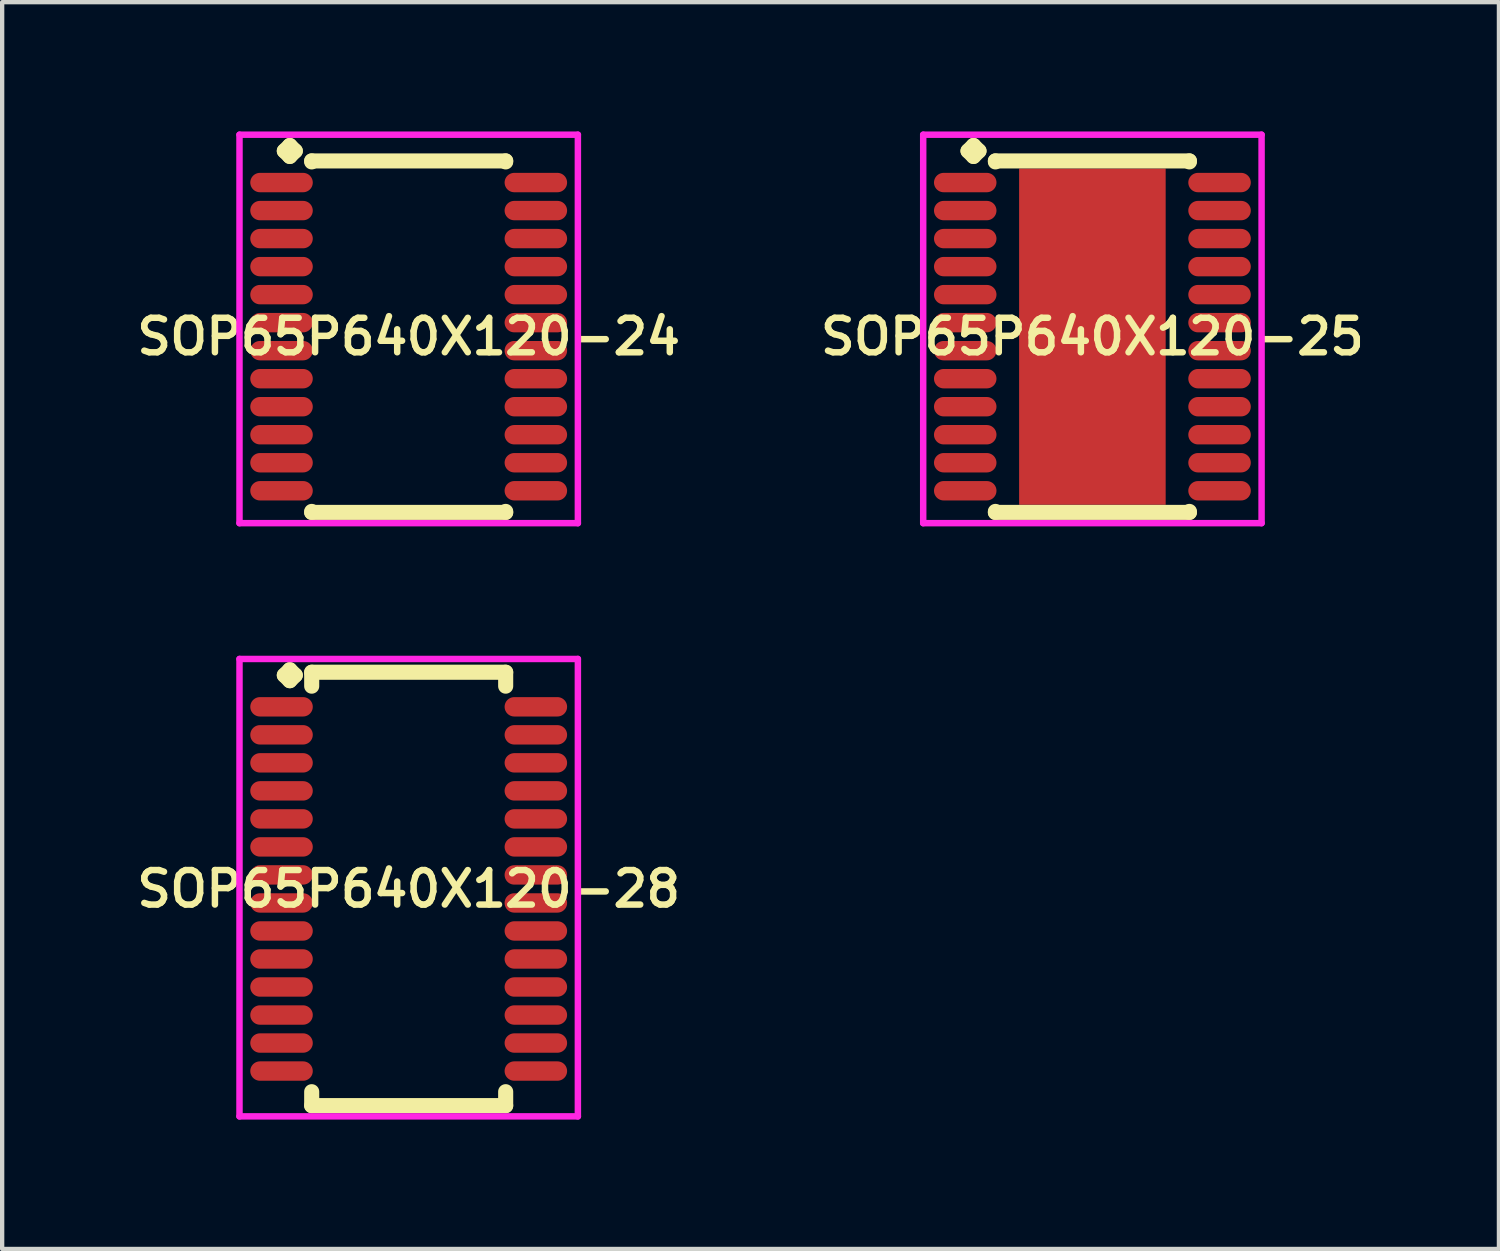
<source format=kicad_pcb>
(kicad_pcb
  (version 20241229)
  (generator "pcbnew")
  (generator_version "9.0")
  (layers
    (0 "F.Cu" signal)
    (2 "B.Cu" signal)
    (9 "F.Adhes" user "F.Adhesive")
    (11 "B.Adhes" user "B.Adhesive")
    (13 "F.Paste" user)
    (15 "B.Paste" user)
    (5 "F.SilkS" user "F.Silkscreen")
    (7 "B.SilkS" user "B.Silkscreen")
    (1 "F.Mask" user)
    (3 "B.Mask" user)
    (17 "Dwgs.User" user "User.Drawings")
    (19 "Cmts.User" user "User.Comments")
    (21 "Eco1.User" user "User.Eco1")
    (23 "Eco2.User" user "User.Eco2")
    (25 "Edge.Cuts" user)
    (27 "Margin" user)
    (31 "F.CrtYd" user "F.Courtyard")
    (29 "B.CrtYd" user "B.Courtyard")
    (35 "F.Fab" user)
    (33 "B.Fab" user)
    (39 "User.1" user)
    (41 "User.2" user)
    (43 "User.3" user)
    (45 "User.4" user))
  (footprint "SOP65P640X120-28"
    (layer "F.Cu")
    (at 6.431 17.572)
    (property "Reference" "SOP65P640X120-28" (at 0 0 0) (layer "F.SilkS") (effects (font (size 0.8 0.8) (thickness 0.15))))
    (attr smd)
    (fp_line (start -2.885 -4.958) (end -2.758 -5.085) (stroke (width 0.35) (type solid)) (layer "F.SilkS"))
    (fp_line (start -2.758 -5.085) (end -2.631 -4.958) (stroke (width 0.35) (type solid)) (layer "F.SilkS"))
    (fp_line (start -2.758 -4.831) (end -2.885 -4.958) (stroke (width 0.35) (type solid)) (layer "F.SilkS"))
    (fp_line (start -2.631 -4.958) (end -2.758 -4.831) (stroke (width 0.35) (type solid)) (layer "F.SilkS"))
    (fp_line (start -2.25 -5.027) (end 2.25 -5.027) (stroke (width 0.35) (type solid)) (layer "F.SilkS"))
    (fp_line (start -2.25 -4.704) (end -2.25 -5.027) (stroke (width 0.35) (type solid)) (layer "F.SilkS"))
    (fp_line (start -2.25 4.704) (end -2.25 5.027) (stroke (width 0.35) (type solid)) (layer "F.SilkS"))
    (fp_line (start -2.25 5.027) (end 2.25 5.027) (stroke (width 0.35) (type solid)) (layer "F.SilkS"))
    (fp_line (start 2.25 -5.027) (end 2.25 -4.704) (stroke (width 0.35) (type solid)) (layer "F.SilkS"))
    (fp_line (start 2.25 5.027) (end 2.25 4.704) (stroke (width 0.35) (type solid)) (layer "F.SilkS"))
    (fp_line (start -3.925 -5.335) (end 3.925 -5.335) (stroke (width 0.15) (type solid)) (layer "F.CrtYd"))
    (fp_line (start -3.925 5.277) (end -3.925 -5.335) (stroke (width 0.15) (type solid)) (layer "F.CrtYd"))
    (fp_line (start 3.925 -5.335) (end 3.925 5.277) (stroke (width 0.15) (type solid)) (layer "F.CrtYd"))
    (fp_line (start 3.925 5.277) (end -3.925 5.277) (stroke (width 0.15) (type solid)) (layer "F.CrtYd"))
    (pad "1" smd oval (at -2.95 -4.225) (size 1.45 0.45) (layers "F.Cu" "F.Mask" "F.Paste"))
    (pad "2" smd oval (at -2.95 -3.575) (size 1.45 0.45) (layers "F.Cu" "F.Mask" "F.Paste"))
    (pad "3" smd oval (at -2.95 -2.925) (size 1.45 0.45) (layers "F.Cu" "F.Mask" "F.Paste"))
    (pad "4" smd oval (at -2.95 -2.275) (size 1.45 0.45) (layers "F.Cu" "F.Mask" "F.Paste"))
    (pad "5" smd oval (at -2.95 -1.625) (size 1.45 0.45) (layers "F.Cu" "F.Mask" "F.Paste"))
    (pad "6" smd oval (at -2.95 -0.975) (size 1.45 0.45) (layers "F.Cu" "F.Mask" "F.Paste"))
    (pad "7" smd oval (at -2.95 -0.325) (size 1.45 0.45) (layers "F.Cu" "F.Mask" "F.Paste"))
    (pad "8" smd oval (at -2.95 0.325) (size 1.45 0.45) (layers "F.Cu" "F.Mask" "F.Paste"))
    (pad "9" smd oval (at -2.95 0.975) (size 1.45 0.45) (layers "F.Cu" "F.Mask" "F.Paste"))
    (pad "10" smd oval (at -2.95 1.625) (size 1.45 0.45) (layers "F.Cu" "F.Mask" "F.Paste"))
    (pad "11" smd oval (at -2.95 2.275) (size 1.45 0.45) (layers "F.Cu" "F.Mask" "F.Paste"))
    (pad "12" smd oval (at -2.95 2.925) (size 1.45 0.45) (layers "F.Cu" "F.Mask" "F.Paste"))
    (pad "13" smd oval (at -2.95 3.575) (size 1.45 0.45) (layers "F.Cu" "F.Mask" "F.Paste"))
    (pad "14" smd oval (at -2.95 4.225) (size 1.45 0.45) (layers "F.Cu" "F.Mask" "F.Paste"))
    (pad "15" smd oval (at 2.95 4.225) (size 1.45 0.45) (layers "F.Cu" "F.Mask" "F.Paste"))
    (pad "16" smd oval (at 2.95 3.575) (size 1.45 0.45) (layers "F.Cu" "F.Mask" "F.Paste"))
    (pad "17" smd oval (at 2.95 2.925) (size 1.45 0.45) (layers "F.Cu" "F.Mask" "F.Paste"))
    (pad "18" smd oval (at 2.95 2.275) (size 1.45 0.45) (layers "F.Cu" "F.Mask" "F.Paste"))
    (pad "19" smd oval (at 2.95 1.625) (size 1.45 0.45) (layers "F.Cu" "F.Mask" "F.Paste"))
    (pad "20" smd oval (at 2.95 0.975) (size 1.45 0.45) (layers "F.Cu" "F.Mask" "F.Paste"))
    (pad "21" smd oval (at 2.95 0.325) (size 1.45 0.45) (layers "F.Cu" "F.Mask" "F.Paste"))
    (pad "22" smd oval (at 2.95 -0.325) (size 1.45 0.45) (layers "F.Cu" "F.Mask" "F.Paste"))
    (pad "23" smd oval (at 2.95 -0.975) (size 1.45 0.45) (layers "F.Cu" "F.Mask" "F.Paste"))
    (pad "24" smd oval (at 2.95 -1.625) (size 1.45 0.45) (layers "F.Cu" "F.Mask" "F.Paste"))
    (pad "25" smd oval (at 2.95 -2.275) (size 1.45 0.45) (layers "F.Cu" "F.Mask" "F.Paste"))
    (pad "26" smd oval (at 2.95 -2.925) (size 1.45 0.45) (layers "F.Cu" "F.Mask" "F.Paste"))
    (pad "27" smd oval (at 2.95 -3.575) (size 1.45 0.45) (layers "F.Cu" "F.Mask" "F.Paste"))
    (pad "28" smd oval (at 2.95 -4.225) (size 1.45 0.45) (layers "F.Cu" "F.Mask" "F.Paste")))
  (footprint "SOP65P640X120-24"
    (layer "F.Cu")
    (at 6.431 4.76)
    (property "Reference" "SOP65P640X120-24" (at 0 0 0) (layer "F.SilkS") (effects (font (size 0.8 0.8) (thickness 0.15))))
    (attr smd)
    (fp_line (start -2.885 -4.308) (end -2.758 -4.435) (stroke (width 0.35) (type solid)) (layer "F.SilkS"))
    (fp_line (start -2.758 -4.435) (end -2.631 -4.308) (stroke (width 0.35) (type solid)) (layer "F.SilkS"))
    (fp_line (start -2.758 -4.181) (end -2.885 -4.308) (stroke (width 0.35) (type solid)) (layer "F.SilkS"))
    (fp_line (start -2.631 -4.308) (end -2.758 -4.181) (stroke (width 0.35) (type solid)) (layer "F.SilkS"))
    (fp_line (start -2.25 -4.077) (end 2.25 -4.077) (stroke (width 0.35) (type solid)) (layer "F.SilkS"))
    (fp_line (start -2.25 -4.054) (end -2.25 -4.077) (stroke (width 0.35) (type solid)) (layer "F.SilkS"))
    (fp_line (start -2.25 4.054) (end -2.25 4.077) (stroke (width 0.35) (type solid)) (layer "F.SilkS"))
    (fp_line (start -2.25 4.077) (end 2.25 4.077) (stroke (width 0.35) (type solid)) (layer "F.SilkS"))
    (fp_line (start 2.25 -4.077) (end 2.25 -4.054) (stroke (width 0.35) (type solid)) (layer "F.SilkS"))
    (fp_line (start 2.25 4.077) (end 2.25 4.054) (stroke (width 0.35) (type solid)) (layer "F.SilkS"))
    (fp_line (start -3.925 -4.685) (end 3.925 -4.685) (stroke (width 0.15) (type solid)) (layer "F.CrtYd"))
    (fp_line (start -3.925 4.327) (end -3.925 -4.685) (stroke (width 0.15) (type solid)) (layer "F.CrtYd"))
    (fp_line (start 3.925 -4.685) (end 3.925 4.327) (stroke (width 0.15) (type solid)) (layer "F.CrtYd"))
    (fp_line (start 3.925 4.327) (end -3.925 4.327) (stroke (width 0.15) (type solid)) (layer "F.CrtYd"))
    (pad "1" smd oval (at -2.95 -3.575) (size 1.45 0.45) (layers "F.Cu" "F.Mask" "F.Paste"))
    (pad "2" smd oval (at -2.95 -2.925) (size 1.45 0.45) (layers "F.Cu" "F.Mask" "F.Paste"))
    (pad "3" smd oval (at -2.95 -2.275) (size 1.45 0.45) (layers "F.Cu" "F.Mask" "F.Paste"))
    (pad "4" smd oval (at -2.95 -1.625) (size 1.45 0.45) (layers "F.Cu" "F.Mask" "F.Paste"))
    (pad "5" smd oval (at -2.95 -0.975) (size 1.45 0.45) (layers "F.Cu" "F.Mask" "F.Paste"))
    (pad "6" smd oval (at -2.95 -0.325) (size 1.45 0.45) (layers "F.Cu" "F.Mask" "F.Paste"))
    (pad "7" smd oval (at -2.95 0.325) (size 1.45 0.45) (layers "F.Cu" "F.Mask" "F.Paste"))
    (pad "8" smd oval (at -2.95 0.975) (size 1.45 0.45) (layers "F.Cu" "F.Mask" "F.Paste"))
    (pad "9" smd oval (at -2.95 1.625) (size 1.45 0.45) (layers "F.Cu" "F.Mask" "F.Paste"))
    (pad "10" smd oval (at -2.95 2.275) (size 1.45 0.45) (layers "F.Cu" "F.Mask" "F.Paste"))
    (pad "11" smd oval (at -2.95 2.925) (size 1.45 0.45) (layers "F.Cu" "F.Mask" "F.Paste"))
    (pad "12" smd oval (at -2.95 3.575) (size 1.45 0.45) (layers "F.Cu" "F.Mask" "F.Paste"))
    (pad "13" smd oval (at 2.95 3.575) (size 1.45 0.45) (layers "F.Cu" "F.Mask" "F.Paste"))
    (pad "14" smd oval (at 2.95 2.925) (size 1.45 0.45) (layers "F.Cu" "F.Mask" "F.Paste"))
    (pad "15" smd oval (at 2.95 2.275) (size 1.45 0.45) (layers "F.Cu" "F.Mask" "F.Paste"))
    (pad "16" smd oval (at 2.95 1.625) (size 1.45 0.45) (layers "F.Cu" "F.Mask" "F.Paste"))
    (pad "17" smd oval (at 2.95 0.975) (size 1.45 0.45) (layers "F.Cu" "F.Mask" "F.Paste"))
    (pad "18" smd oval (at 2.95 0.325) (size 1.45 0.45) (layers "F.Cu" "F.Mask" "F.Paste"))
    (pad "19" smd oval (at 2.95 -0.325) (size 1.45 0.45) (layers "F.Cu" "F.Mask" "F.Paste"))
    (pad "20" smd oval (at 2.95 -0.975) (size 1.45 0.45) (layers "F.Cu" "F.Mask" "F.Paste"))
    (pad "21" smd oval (at 2.95 -1.625) (size 1.45 0.45) (layers "F.Cu" "F.Mask" "F.Paste"))
    (pad "22" smd oval (at 2.95 -2.275) (size 1.45 0.45) (layers "F.Cu" "F.Mask" "F.Paste"))
    (pad "23" smd oval (at 2.95 -2.925) (size 1.45 0.45) (layers "F.Cu" "F.Mask" "F.Paste"))
    (pad "24" smd oval (at 2.95 -3.575) (size 1.45 0.45) (layers "F.Cu" "F.Mask" "F.Paste")))
  (footprint "SOP65P640X120-25"
    (layer "F.Cu")
    (at 22.292 4.76)
    (property "Reference" "SOP65P640X120-25" (at 0 0 0) (layer "F.SilkS") (effects (font (size 0.8 0.8) (thickness 0.15))))
    (attr smd)
    (fp_line (start -2.885 -4.308) (end -2.758 -4.435) (stroke (width 0.35) (type solid)) (layer "F.SilkS"))
    (fp_line (start -2.758 -4.435) (end -2.631 -4.308) (stroke (width 0.35) (type solid)) (layer "F.SilkS"))
    (fp_line (start -2.758 -4.181) (end -2.885 -4.308) (stroke (width 0.35) (type solid)) (layer "F.SilkS"))
    (fp_line (start -2.631 -4.308) (end -2.758 -4.181) (stroke (width 0.35) (type solid)) (layer "F.SilkS"))
    (fp_line (start -2.25 -4.077) (end 2.25 -4.077) (stroke (width 0.35) (type solid)) (layer "F.SilkS"))
    (fp_line (start -2.25 -4.054) (end -2.25 -4.077) (stroke (width 0.35) (type solid)) (layer "F.SilkS"))
    (fp_line (start -2.25 4.054) (end -2.25 4.077) (stroke (width 0.35) (type solid)) (layer "F.SilkS"))
    (fp_line (start -2.25 4.077) (end 2.25 4.077) (stroke (width 0.35) (type solid)) (layer "F.SilkS"))
    (fp_line (start 2.25 -4.077) (end 2.25 -4.054) (stroke (width 0.35) (type solid)) (layer "F.SilkS"))
    (fp_line (start 2.25 4.077) (end 2.25 4.054) (stroke (width 0.35) (type solid)) (layer "F.SilkS"))
    (fp_line (start -3.925 -4.685) (end 3.925 -4.685) (stroke (width 0.15) (type solid)) (layer "F.CrtYd"))
    (fp_line (start -3.925 4.327) (end -3.925 -4.685) (stroke (width 0.15) (type solid)) (layer "F.CrtYd"))
    (fp_line (start 3.925 -4.685) (end 3.925 4.327) (stroke (width 0.15) (type solid)) (layer "F.CrtYd"))
    (fp_line (start 3.925 4.327) (end -3.925 4.327) (stroke (width 0.15) (type solid)) (layer "F.CrtYd"))
    (pad "1" smd oval (at -2.95 -3.575) (size 1.45 0.45) (layers "F.Cu" "F.Mask" "F.Paste"))
    (pad "2" smd oval (at -2.95 -2.925) (size 1.45 0.45) (layers "F.Cu" "F.Mask" "F.Paste"))
    (pad "3" smd oval (at -2.95 -2.275) (size 1.45 0.45) (layers "F.Cu" "F.Mask" "F.Paste"))
    (pad "4" smd oval (at -2.95 -1.625) (size 1.45 0.45) (layers "F.Cu" "F.Mask" "F.Paste"))
    (pad "5" smd oval (at -2.95 -0.975) (size 1.45 0.45) (layers "F.Cu" "F.Mask" "F.Paste"))
    (pad "6" smd oval (at -2.95 -0.325) (size 1.45 0.45) (layers "F.Cu" "F.Mask" "F.Paste"))
    (pad "7" smd oval (at -2.95 0.325) (size 1.45 0.45) (layers "F.Cu" "F.Mask" "F.Paste"))
    (pad "8" smd oval (at -2.95 0.975) (size 1.45 0.45) (layers "F.Cu" "F.Mask" "F.Paste"))
    (pad "9" smd oval (at -2.95 1.625) (size 1.45 0.45) (layers "F.Cu" "F.Mask" "F.Paste"))
    (pad "10" smd oval (at -2.95 2.275) (size 1.45 0.45) (layers "F.Cu" "F.Mask" "F.Paste"))
    (pad "11" smd oval (at -2.95 2.925) (size 1.45 0.45) (layers "F.Cu" "F.Mask" "F.Paste"))
    (pad "12" smd oval (at -2.95 3.575) (size 1.45 0.45) (layers "F.Cu" "F.Mask" "F.Paste"))
    (pad "13" smd oval (at 2.95 3.575) (size 1.45 0.45) (layers "F.Cu" "F.Mask" "F.Paste"))
    (pad "14" smd oval (at 2.95 2.925) (size 1.45 0.45) (layers "F.Cu" "F.Mask" "F.Paste"))
    (pad "15" smd oval (at 2.95 2.275) (size 1.45 0.45) (layers "F.Cu" "F.Mask" "F.Paste"))
    (pad "16" smd oval (at 2.95 1.625) (size 1.45 0.45) (layers "F.Cu" "F.Mask" "F.Paste"))
    (pad "17" smd oval (at 2.95 0.975) (size 1.45 0.45) (layers "F.Cu" "F.Mask" "F.Paste"))
    (pad "18" smd oval (at 2.95 0.325) (size 1.45 0.45) (layers "F.Cu" "F.Mask" "F.Paste"))
    (pad "19" smd oval (at 2.95 -0.325) (size 1.45 0.45) (layers "F.Cu" "F.Mask" "F.Paste"))
    (pad "20" smd oval (at 2.95 -0.975) (size 1.45 0.45) (layers "F.Cu" "F.Mask" "F.Paste"))
    (pad "21" smd oval (at 2.95 -1.625) (size 1.45 0.45) (layers "F.Cu" "F.Mask" "F.Paste"))
    (pad "22" smd oval (at 2.95 -2.275) (size 1.45 0.45) (layers "F.Cu" "F.Mask" "F.Paste"))
    (pad "23" smd oval (at 2.95 -2.925) (size 1.45 0.45) (layers "F.Cu" "F.Mask" "F.Paste"))
    (pad "24" smd oval (at 2.95 -3.575) (size 1.45 0.45) (layers "F.Cu" "F.Mask" "F.Paste"))
    (pad "25" smd rect (at 0 0) (size 3.4 7.8) (layers "F.Cu" "F.Mask" "F.Paste")))
  (gr_rect
    (start -3 -3)
    (end 31.723 25.924)
    (stroke (width 0.1) (type default))
    (fill no)
    (layer "Edge.Cuts")))
</source>
